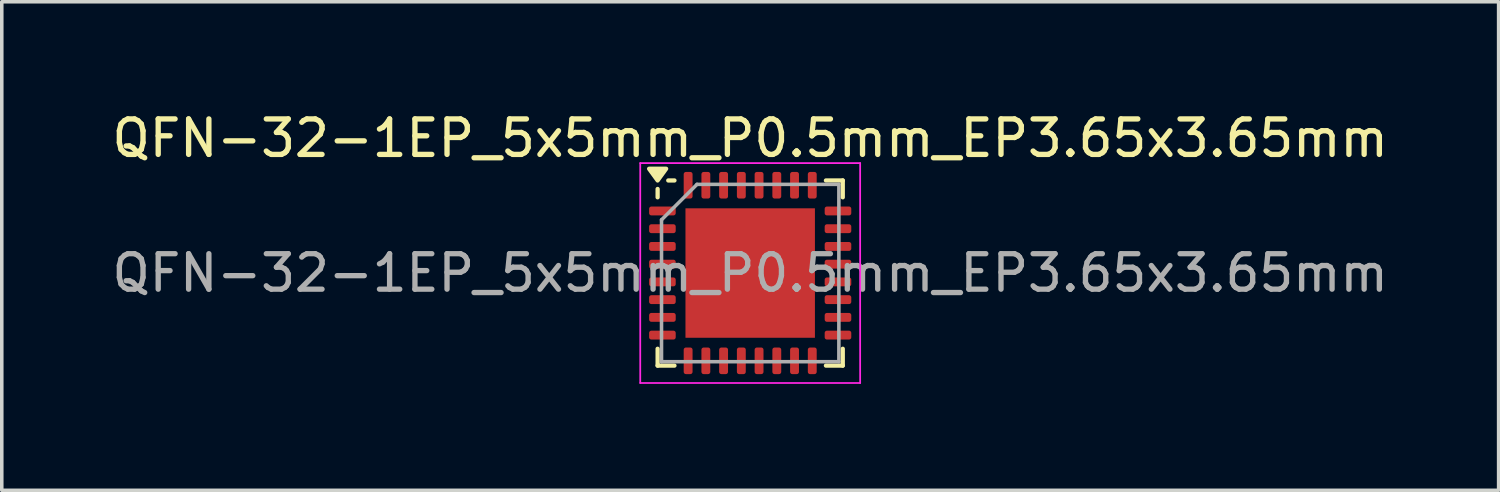
<source format=kicad_pcb>
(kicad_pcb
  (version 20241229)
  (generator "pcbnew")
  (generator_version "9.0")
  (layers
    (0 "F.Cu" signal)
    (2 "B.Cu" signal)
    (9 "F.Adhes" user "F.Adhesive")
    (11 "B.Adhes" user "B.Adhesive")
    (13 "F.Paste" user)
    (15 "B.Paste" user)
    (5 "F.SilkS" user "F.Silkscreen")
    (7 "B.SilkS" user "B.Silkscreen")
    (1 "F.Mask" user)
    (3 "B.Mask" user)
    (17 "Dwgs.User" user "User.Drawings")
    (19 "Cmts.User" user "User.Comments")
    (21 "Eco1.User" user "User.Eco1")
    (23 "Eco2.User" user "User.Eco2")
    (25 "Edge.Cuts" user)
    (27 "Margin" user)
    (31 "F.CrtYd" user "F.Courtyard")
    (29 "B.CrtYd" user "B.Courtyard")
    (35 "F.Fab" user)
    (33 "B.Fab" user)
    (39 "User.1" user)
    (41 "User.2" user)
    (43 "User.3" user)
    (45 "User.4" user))
  (footprint "QFN-32-1EP_5x5mm_P0.5mm_EP3.65x3.65mm"
    (layer "F.Cu")
    (at 18.101 4.648)
    (property "Reference" "QFN-32-1EP_5x5mm_P0.5mm_EP3.65x3.65mm" (at 0 -3.8 0) (layer "F.SilkS") (effects (font (size 1 1) (thickness 0.15))))
    (attr smd)
    (fp_line (start -2.61 -2.135) (end -2.61 -2.37) (stroke (width 0.12) (type solid)) (layer "F.SilkS"))
    (fp_line (start -2.61 2.61) (end -2.61 2.135) (stroke (width 0.12) (type solid)) (layer "F.SilkS"))
    (fp_line (start -2.135 -2.61) (end -2.31 -2.61) (stroke (width 0.12) (type solid)) (layer "F.SilkS"))
    (fp_line (start -2.135 2.61) (end -2.61 2.61) (stroke (width 0.12) (type solid)) (layer "F.SilkS"))
    (fp_line (start 2.135 -2.61) (end 2.61 -2.61) (stroke (width 0.12) (type solid)) (layer "F.SilkS"))
    (fp_line (start 2.135 2.61) (end 2.61 2.61) (stroke (width 0.12) (type solid)) (layer "F.SilkS"))
    (fp_line (start 2.61 -2.61) (end 2.61 -2.135) (stroke (width 0.12) (type solid)) (layer "F.SilkS"))
    (fp_line (start 2.61 2.61) (end 2.61 2.135) (stroke (width 0.12) (type solid)) (layer "F.SilkS"))
    (fp_poly (pts (xy -2.61 -2.61) (xy -2.85 -2.94) (xy -2.37 -2.94) (xy -2.61 -2.61)) (stroke (width 0.12) (type solid)) (fill yes) (layer "F.SilkS"))
    (fp_line (start -3.1 -3.1) (end -3.1 3.1) (stroke (width 0.05) (type solid)) (layer "F.CrtYd"))
    (fp_line (start -3.1 3.1) (end 3.1 3.1) (stroke (width 0.05) (type solid)) (layer "F.CrtYd"))
    (fp_line (start 3.1 -3.1) (end -3.1 -3.1) (stroke (width 0.05) (type solid)) (layer "F.CrtYd"))
    (fp_line (start 3.1 3.1) (end 3.1 -3.1) (stroke (width 0.05) (type solid)) (layer "F.CrtYd"))
    (fp_line (start -2.5 -1.5) (end -1.5 -2.5) (stroke (width 0.1) (type solid)) (layer "F.Fab"))
    (fp_line (start -2.5 2.5) (end -2.5 -1.5) (stroke (width 0.1) (type solid)) (layer "F.Fab"))
    (fp_line (start -1.5 -2.5) (end 2.5 -2.5) (stroke (width 0.1) (type solid)) (layer "F.Fab"))
    (fp_line (start 2.5 -2.5) (end 2.5 2.5) (stroke (width 0.1) (type solid)) (layer "F.Fab"))
    (fp_line (start 2.5 2.5) (end -2.5 2.5) (stroke (width 0.1) (type solid)) (layer "F.Fab"))
    (fp_text user "${REFERENCE}" (at 0 0 0) (layer "F.Fab") (effects (font (size 1 1) (thickness 0.15))))
    (pad "" smd roundrect (at -1.22 -1.22) (size 0.98 0.98) (layers "F.Paste") (roundrect_rratio 0.25))
    (pad "" smd roundrect (at -1.22 0) (size 0.98 0.98) (layers "F.Paste") (roundrect_rratio 0.25))
    (pad "" smd roundrect (at -1.22 1.22) (size 0.98 0.98) (layers "F.Paste") (roundrect_rratio 0.25))
    (pad "" smd roundrect (at 0 -1.22) (size 0.98 0.98) (layers "F.Paste") (roundrect_rratio 0.25))
    (pad "" smd roundrect (at 0 0) (size 0.98 0.98) (layers "F.Paste") (roundrect_rratio 0.25))
    (pad "" smd roundrect (at 0 1.22) (size 0.98 0.98) (layers "F.Paste") (roundrect_rratio 0.25))
    (pad "" smd roundrect (at 1.22 -1.22) (size 0.98 0.98) (layers "F.Paste") (roundrect_rratio 0.25))
    (pad "" smd roundrect (at 1.22 0) (size 0.98 0.98) (layers "F.Paste") (roundrect_rratio 0.25))
    (pad "" smd roundrect (at 1.22 1.22) (size 0.98 0.98) (layers "F.Paste") (roundrect_rratio 0.25))
    (pad "1" smd roundrect (at -2.475 -1.75) (size 0.75 0.25) (layers "F.Cu" "F.Mask" "F.Paste") (roundrect_rratio 0.25))
    (pad "2" smd roundrect (at -2.475 -1.25) (size 0.75 0.25) (layers "F.Cu" "F.Mask" "F.Paste") (roundrect_rratio 0.25))
    (pad "3" smd roundrect (at -2.475 -0.75) (size 0.75 0.25) (layers "F.Cu" "F.Mask" "F.Paste") (roundrect_rratio 0.25))
    (pad "4" smd roundrect (at -2.475 -0.25) (size 0.75 0.25) (layers "F.Cu" "F.Mask" "F.Paste") (roundrect_rratio 0.25))
    (pad "5" smd roundrect (at -2.475 0.25) (size 0.75 0.25) (layers "F.Cu" "F.Mask" "F.Paste") (roundrect_rratio 0.25))
    (pad "6" smd roundrect (at -2.475 0.75) (size 0.75 0.25) (layers "F.Cu" "F.Mask" "F.Paste") (roundrect_rratio 0.25))
    (pad "7" smd roundrect (at -2.475 1.25) (size 0.75 0.25) (layers "F.Cu" "F.Mask" "F.Paste") (roundrect_rratio 0.25))
    (pad "8" smd roundrect (at -2.475 1.75) (size 0.75 0.25) (layers "F.Cu" "F.Mask" "F.Paste") (roundrect_rratio 0.25))
    (pad "9" smd roundrect (at -1.75 2.475) (size 0.25 0.75) (layers "F.Cu" "F.Mask" "F.Paste") (roundrect_rratio 0.25))
    (pad "10" smd roundrect (at -1.25 2.475) (size 0.25 0.75) (layers "F.Cu" "F.Mask" "F.Paste") (roundrect_rratio 0.25))
    (pad "11" smd roundrect (at -0.75 2.475) (size 0.25 0.75) (layers "F.Cu" "F.Mask" "F.Paste") (roundrect_rratio 0.25))
    (pad "12" smd roundrect (at -0.25 2.475) (size 0.25 0.75) (layers "F.Cu" "F.Mask" "F.Paste") (roundrect_rratio 0.25))
    (pad "13" smd roundrect (at 0.25 2.475) (size 0.25 0.75) (layers "F.Cu" "F.Mask" "F.Paste") (roundrect_rratio 0.25))
    (pad "14" smd roundrect (at 0.75 2.475) (size 0.25 0.75) (layers "F.Cu" "F.Mask" "F.Paste") (roundrect_rratio 0.25))
    (pad "15" smd roundrect (at 1.25 2.475) (size 0.25 0.75) (layers "F.Cu" "F.Mask" "F.Paste") (roundrect_rratio 0.25))
    (pad "16" smd roundrect (at 1.75 2.475) (size 0.25 0.75) (layers "F.Cu" "F.Mask" "F.Paste") (roundrect_rratio 0.25))
    (pad "17" smd roundrect (at 2.475 1.75) (size 0.75 0.25) (layers "F.Cu" "F.Mask" "F.Paste") (roundrect_rratio 0.25))
    (pad "18" smd roundrect (at 2.475 1.25) (size 0.75 0.25) (layers "F.Cu" "F.Mask" "F.Paste") (roundrect_rratio 0.25))
    (pad "19" smd roundrect (at 2.475 0.75) (size 0.75 0.25) (layers "F.Cu" "F.Mask" "F.Paste") (roundrect_rratio 0.25))
    (pad "20" smd roundrect (at 2.475 0.25) (size 0.75 0.25) (layers "F.Cu" "F.Mask" "F.Paste") (roundrect_rratio 0.25))
    (pad "21" smd roundrect (at 2.475 -0.25) (size 0.75 0.25) (layers "F.Cu" "F.Mask" "F.Paste") (roundrect_rratio 0.25))
    (pad "22" smd roundrect (at 2.475 -0.75) (size 0.75 0.25) (layers "F.Cu" "F.Mask" "F.Paste") (roundrect_rratio 0.25))
    (pad "23" smd roundrect (at 2.475 -1.25) (size 0.75 0.25) (layers "F.Cu" "F.Mask" "F.Paste") (roundrect_rratio 0.25))
    (pad "24" smd roundrect (at 2.475 -1.75) (size 0.75 0.25) (layers "F.Cu" "F.Mask" "F.Paste") (roundrect_rratio 0.25))
    (pad "25" smd roundrect (at 1.75 -2.475) (size 0.25 0.75) (layers "F.Cu" "F.Mask" "F.Paste") (roundrect_rratio 0.25))
    (pad "26" smd roundrect (at 1.25 -2.475) (size 0.25 0.75) (layers "F.Cu" "F.Mask" "F.Paste") (roundrect_rratio 0.25))
    (pad "27" smd roundrect (at 0.75 -2.475) (size 0.25 0.75) (layers "F.Cu" "F.Mask" "F.Paste") (roundrect_rratio 0.25))
    (pad "28" smd roundrect (at 0.25 -2.475) (size 0.25 0.75) (layers "F.Cu" "F.Mask" "F.Paste") (roundrect_rratio 0.25))
    (pad "29" smd roundrect (at -0.25 -2.475) (size 0.25 0.75) (layers "F.Cu" "F.Mask" "F.Paste") (roundrect_rratio 0.25))
    (pad "30" smd roundrect (at -0.75 -2.475) (size 0.25 0.75) (layers "F.Cu" "F.Mask" "F.Paste") (roundrect_rratio 0.25))
    (pad "31" smd roundrect (at -1.25 -2.475) (size 0.25 0.75) (layers "F.Cu" "F.Mask" "F.Paste") (roundrect_rratio 0.25))
    (pad "32" smd roundrect (at -1.75 -2.475) (size 0.25 0.75) (layers "F.Cu" "F.Mask" "F.Paste") (roundrect_rratio 0.25))
    (pad "33" smd rect (at 0 0) (size 3.65 3.65) (property pad_prop_heatsink) (layers "F.Cu" "F.Mask")))
  (gr_rect
    (start -3 -3)
    (end 39.202 10.773)
    (stroke (width 0.1) (type default))
    (fill no)
    (layer "Edge.Cuts")))
</source>
